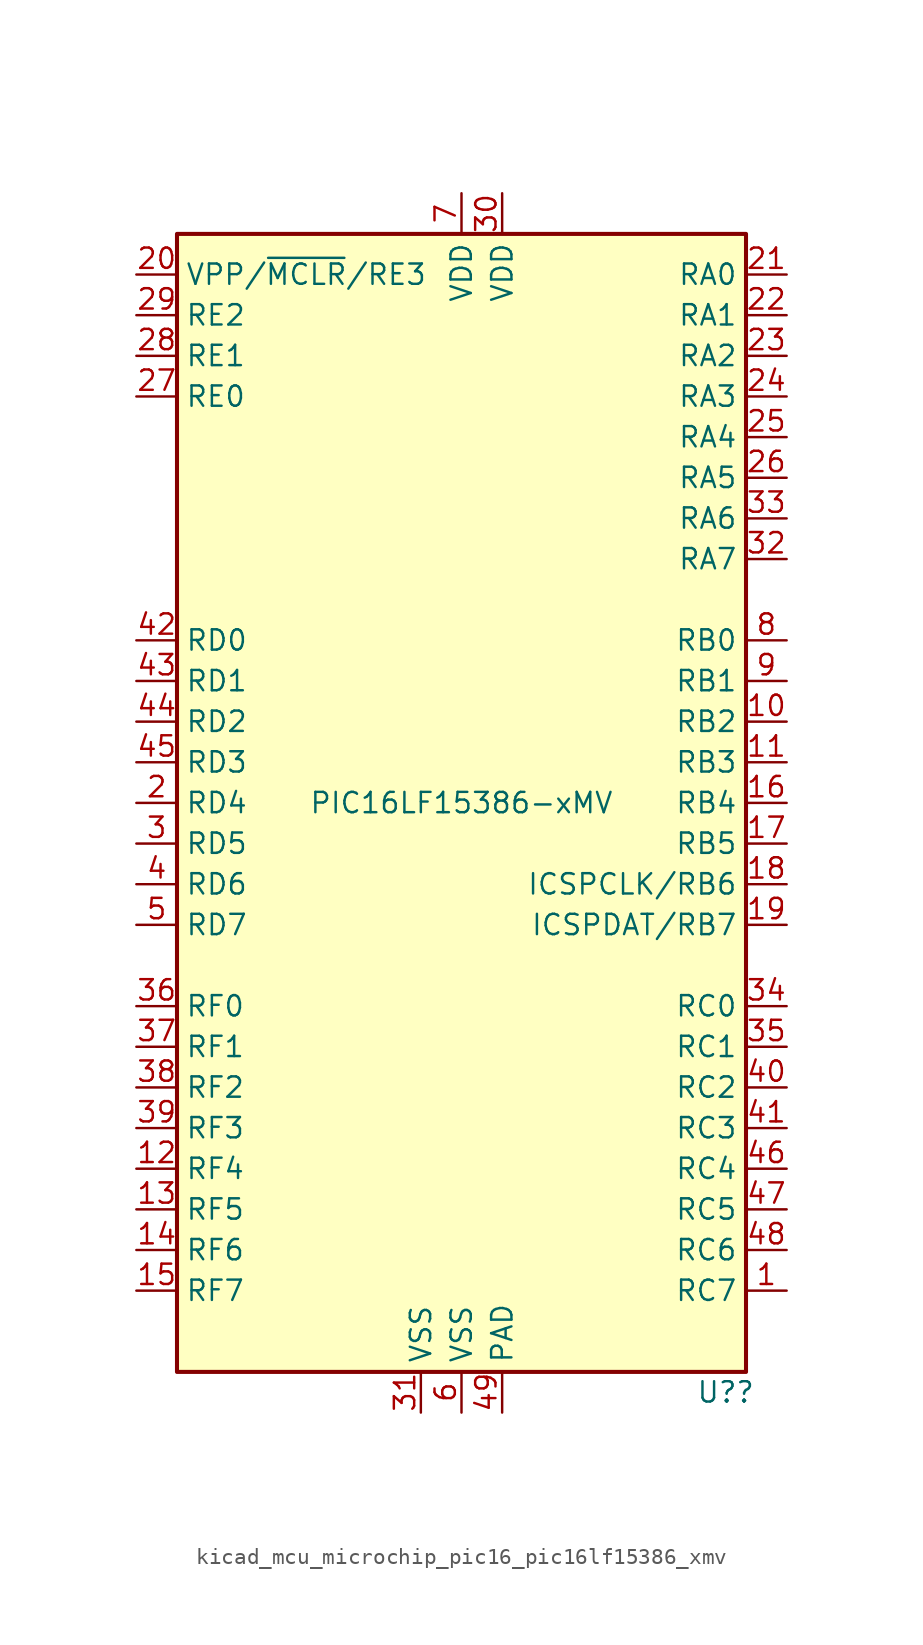
<source format=kicad_sym>
(kicad_symbol_lib
  (version 20220914)
  (generator kicad_symbol_editor)
  (symbol "kicad_mcu_microchip_pic16_pic16lf15386_xmv"
    (property "Reference" "U?"
      (at 16.51 -36.83 0)
      (effects (font (size 1.27 1.27))))
    (property "Value" "PIC16LF15386-xMV"
      (at 0 0 0)
      (effects (font (size 1.27 1.27))))
    (symbol "kicad_mcu_microchip_pic16_pic16lf15386_xmv_0_0"
      (pin bidirectional line (at -20.32 -2.54 0) (length 2.54) (name "RD5" (effects (font (size 1.27 1.27)))) (number "3" (effects (font (size 1.27 1.27)))))
      (pin bidirectional line (at -20.32 -5.08 0) (length 2.54) (name "RD6" (effects (font (size 1.27 1.27)))) (number "4" (effects (font (size 1.27 1.27)))))
      (pin power_in line (at 2.54 -38.1 90) (length 2.54) (name "PAD" (effects (font (size 1.27 1.27)))) (number "49" (effects (font (size 1.27 1.27))))))
    (symbol "kicad_mcu_microchip_pic16_pic16lf15386_xmv_0_1"
      (rectangle (start -17.78 35.56) (end 17.78 -35.56) (stroke (width 0.254) (type default)) (fill (type background))))
    (symbol "kicad_mcu_microchip_pic16_pic16lf15386_xmv_1_1"
      (pin bidirectional line (at 20.32 -30.48 180) (length 2.54) (name "RC7" (effects (font (size 1.27 1.27)))) (number "1" (effects (font (size 1.27 1.27)))))
      (pin bidirectional line (at 20.32 5.08 180) (length 2.54) (name "RB2" (effects (font (size 1.27 1.27)))) (number "10" (effects (font (size 1.27 1.27)))))
      (pin bidirectional line (at 20.32 2.54 180) (length 2.54) (name "RB3" (effects (font (size 1.27 1.27)))) (number "11" (effects (font (size 1.27 1.27)))))
      (pin bidirectional line (at -20.32 -22.86 0) (length 2.54) (name "RF4" (effects (font (size 1.27 1.27)))) (number "12" (effects (font (size 1.27 1.27)))))
      (pin bidirectional line (at -20.32 -25.4 0) (length 2.54) (name "RF5" (effects (font (size 1.27 1.27)))) (number "13" (effects (font (size 1.27 1.27)))))
      (pin bidirectional line (at -20.32 -27.94 0) (length 2.54) (name "RF6" (effects (font (size 1.27 1.27)))) (number "14" (effects (font (size 1.27 1.27)))))
      (pin bidirectional line (at -20.32 -30.48 0) (length 2.54) (name "RF7" (effects (font (size 1.27 1.27)))) (number "15" (effects (font (size 1.27 1.27)))))
      (pin bidirectional line (at 20.32 0 180) (length 2.54) (name "RB4" (effects (font (size 1.27 1.27)))) (number "16" (effects (font (size 1.27 1.27)))))
      (pin bidirectional line (at 20.32 -2.54 180) (length 2.54) (name "RB5" (effects (font (size 1.27 1.27)))) (number "17" (effects (font (size 1.27 1.27)))))
      (pin bidirectional line (at 20.32 -5.08 180) (length 2.54) (name "ICSPCLK/RB6" (effects (font (size 1.27 1.27)))) (number "18" (effects (font (size 1.27 1.27)))))
      (pin bidirectional line (at 20.32 -7.62 180) (length 2.54) (name "ICSPDAT/RB7" (effects (font (size 1.27 1.27)))) (number "19" (effects (font (size 1.27 1.27)))))
      (pin bidirectional line (at -20.32 0 0) (length 2.54) (name "RD4" (effects (font (size 1.27 1.27)))) (number "2" (effects (font (size 1.27 1.27)))))
      (pin bidirectional line (at -20.32 33.02 0) (length 2.54) (name "VPP/~{MCLR}/RE3" (effects (font (size 1.27 1.27)))) (number "20" (effects (font (size 1.27 1.27)))))
      (pin bidirectional line (at 20.32 33.02 180) (length 2.54) (name "RA0" (effects (font (size 1.27 1.27)))) (number "21" (effects (font (size 1.27 1.27)))))
      (pin bidirectional line (at 20.32 30.48 180) (length 2.54) (name "RA1" (effects (font (size 1.27 1.27)))) (number "22" (effects (font (size 1.27 1.27)))))
      (pin bidirectional line (at 20.32 27.94 180) (length 2.54) (name "RA2" (effects (font (size 1.27 1.27)))) (number "23" (effects (font (size 1.27 1.27)))))
      (pin bidirectional line (at 20.32 25.4 180) (length 2.54) (name "RA3" (effects (font (size 1.27 1.27)))) (number "24" (effects (font (size 1.27 1.27)))))
      (pin bidirectional line (at 20.32 22.86 180) (length 2.54) (name "RA4" (effects (font (size 1.27 1.27)))) (number "25" (effects (font (size 1.27 1.27)))))
      (pin bidirectional line (at 20.32 20.32 180) (length 2.54) (name "RA5" (effects (font (size 1.27 1.27)))) (number "26" (effects (font (size 1.27 1.27)))))
      (pin bidirectional line (at -20.32 25.4 0) (length 2.54) (name "RE0" (effects (font (size 1.27 1.27)))) (number "27" (effects (font (size 1.27 1.27)))))
      (pin bidirectional line (at -20.32 27.94 0) (length 2.54) (name "RE1" (effects (font (size 1.27 1.27)))) (number "28" (effects (font (size 1.27 1.27)))))
      (pin bidirectional line (at -20.32 30.48 0) (length 2.54) (name "RE2" (effects (font (size 1.27 1.27)))) (number "29" (effects (font (size 1.27 1.27)))))
      (pin power_in line (at 2.54 38.1 270) (length 2.54) (name "VDD" (effects (font (size 1.27 1.27)))) (number "30" (effects (font (size 1.27 1.27)))))
      (pin power_in line (at -2.54 -38.1 90) (length 2.54) (name "VSS" (effects (font (size 1.27 1.27)))) (number "31" (effects (font (size 1.27 1.27)))))
      (pin bidirectional line (at 20.32 15.24 180) (length 2.54) (name "RA7" (effects (font (size 1.27 1.27)))) (number "32" (effects (font (size 1.27 1.27)))))
      (pin bidirectional line (at 20.32 17.78 180) (length 2.54) (name "RA6" (effects (font (size 1.27 1.27)))) (number "33" (effects (font (size 1.27 1.27)))))
      (pin bidirectional line (at 20.32 -12.7 180) (length 2.54) (name "RC0" (effects (font (size 1.27 1.27)))) (number "34" (effects (font (size 1.27 1.27)))))
      (pin bidirectional line (at 20.32 -15.24 180) (length 2.54) (name "RC1" (effects (font (size 1.27 1.27)))) (number "35" (effects (font (size 1.27 1.27)))))
      (pin bidirectional line (at -20.32 -12.7 0) (length 2.54) (name "RF0" (effects (font (size 1.27 1.27)))) (number "36" (effects (font (size 1.27 1.27)))))
      (pin bidirectional line (at -20.32 -15.24 0) (length 2.54) (name "RF1" (effects (font (size 1.27 1.27)))) (number "37" (effects (font (size 1.27 1.27)))))
      (pin bidirectional line (at -20.32 -17.78 0) (length 2.54) (name "RF2" (effects (font (size 1.27 1.27)))) (number "38" (effects (font (size 1.27 1.27)))))
      (pin bidirectional line (at -20.32 -20.32 0) (length 2.54) (name "RF3" (effects (font (size 1.27 1.27)))) (number "39" (effects (font (size 1.27 1.27)))))
      (pin bidirectional line (at 20.32 -17.78 180) (length 2.54) (name "RC2" (effects (font (size 1.27 1.27)))) (number "40" (effects (font (size 1.27 1.27)))))
      (pin bidirectional line (at 20.32 -20.32 180) (length 2.54) (name "RC3" (effects (font (size 1.27 1.27)))) (number "41" (effects (font (size 1.27 1.27)))))
      (pin bidirectional line (at -20.32 10.16 0) (length 2.54) (name "RD0" (effects (font (size 1.27 1.27)))) (number "42" (effects (font (size 1.27 1.27)))))
      (pin bidirectional line (at -20.32 7.62 0) (length 2.54) (name "RD1" (effects (font (size 1.27 1.27)))) (number "43" (effects (font (size 1.27 1.27)))))
      (pin bidirectional line (at -20.32 5.08 0) (length 2.54) (name "RD2" (effects (font (size 1.27 1.27)))) (number "44" (effects (font (size 1.27 1.27)))))
      (pin bidirectional line (at -20.32 2.54 0) (length 2.54) (name "RD3" (effects (font (size 1.27 1.27)))) (number "45" (effects (font (size 1.27 1.27)))))
      (pin bidirectional line (at 20.32 -22.86 180) (length 2.54) (name "RC4" (effects (font (size 1.27 1.27)))) (number "46" (effects (font (size 1.27 1.27)))))
      (pin bidirectional line (at 20.32 -25.4 180) (length 2.54) (name "RC5" (effects (font (size 1.27 1.27)))) (number "47" (effects (font (size 1.27 1.27)))))
      (pin bidirectional line (at 20.32 -27.94 180) (length 2.54) (name "RC6" (effects (font (size 1.27 1.27)))) (number "48" (effects (font (size 1.27 1.27)))))
      (pin bidirectional line (at -20.32 -7.62 0) (length 2.54) (name "RD7" (effects (font (size 1.27 1.27)))) (number "5" (effects (font (size 1.27 1.27)))))
      (pin power_in line (at 0 -38.1 90) (length 2.54) (name "VSS" (effects (font (size 1.27 1.27)))) (number "6" (effects (font (size 1.27 1.27)))))
      (pin power_in line (at 0 38.1 270) (length 2.54) (name "VDD" (effects (font (size 1.27 1.27)))) (number "7" (effects (font (size 1.27 1.27)))))
      (pin bidirectional line (at 20.32 10.16 180) (length 2.54) (name "RB0" (effects (font (size 1.27 1.27)))) (number "8" (effects (font (size 1.27 1.27)))))
      (pin bidirectional line (at 20.32 7.62 180) (length 2.54) (name "RB1" (effects (font (size 1.27 1.27)))) (number "9" (effects (font (size 1.27 1.27))))))))
</source>
